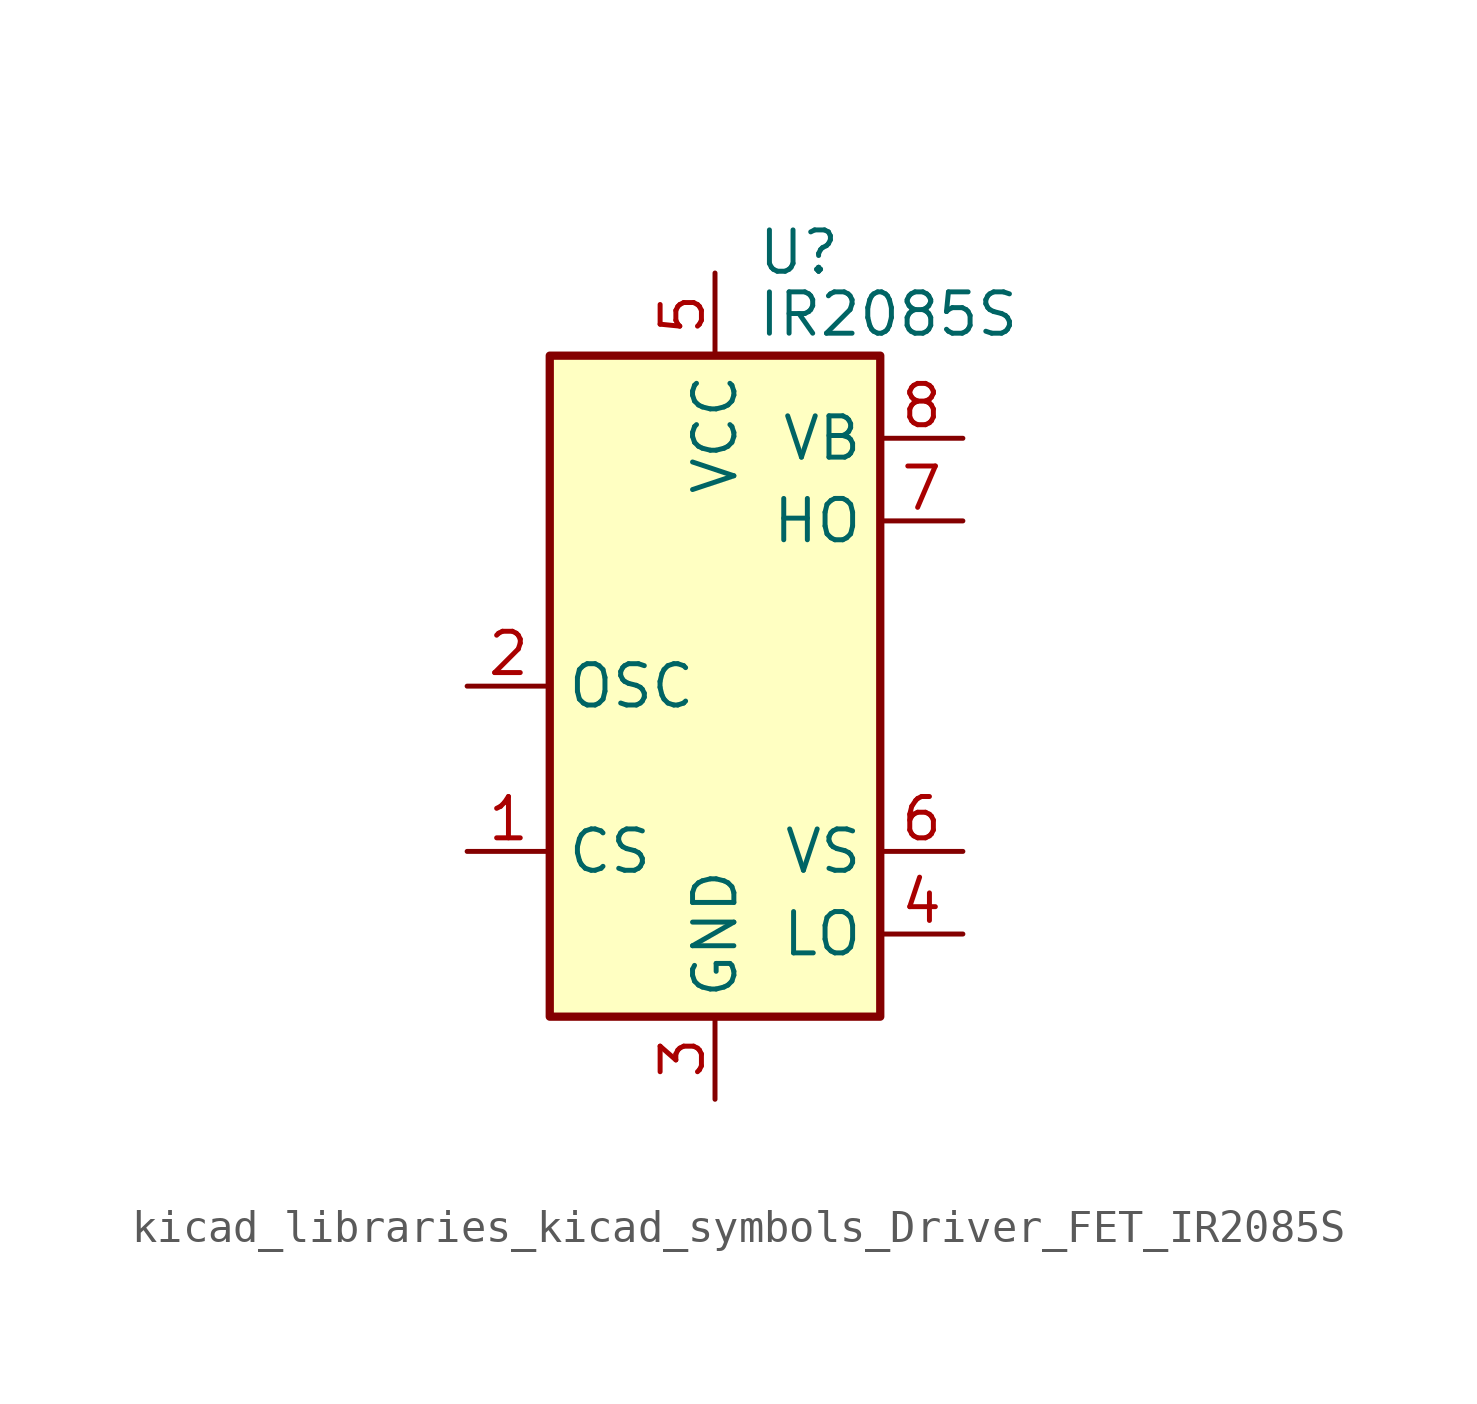
<source format=kicad_sym>
(kicad_symbol_lib
  (version 20220914)
  (generator kicad_symbol_editor)
  (symbol "kicad_libraries_kicad_symbols_Driver_FET_IR2085S"
    (property "Reference" "U"
      (at 1.27 13.335 0)
      (effects (font (size 1.27 1.27)) (justify left)))
    (property "Value" "IR2085S"
      (at 1.27 11.43 0)
      (effects (font (size 1.27 1.27)) (justify left)))
    (symbol "kicad_libraries_kicad_symbols_Driver_FET_IR2085S_0_1"
      (rectangle (start -5.08 -10.16) (end 5.08 10.16) (stroke (width 0.254) (type default)) (fill (type background))))
    (symbol "kicad_libraries_kicad_symbols_Driver_FET_IR2085S_1_1"
      (pin input line (at -7.62 -5.08 0) (length 2.54) (name "CS" (effects (font (size 1.27 1.27)))) (number "1" (effects (font (size 1.27 1.27)))))
      (pin passive line (at -7.62 0 0) (length 2.54) (name "OSC" (effects (font (size 1.27 1.27)))) (number "2" (effects (font (size 1.27 1.27)))))
      (pin power_in line (at 0 -12.7 90) (length 2.54) (name "GND" (effects (font (size 1.27 1.27)))) (number "3" (effects (font (size 1.27 1.27)))))
      (pin output line (at 7.62 -7.62 180) (length 2.54) (name "LO" (effects (font (size 1.27 1.27)))) (number "4" (effects (font (size 1.27 1.27)))))
      (pin power_in line (at 0 12.7 270) (length 2.54) (name "VCC" (effects (font (size 1.27 1.27)))) (number "5" (effects (font (size 1.27 1.27)))))
      (pin passive line (at 7.62 -5.08 180) (length 2.54) (name "VS" (effects (font (size 1.27 1.27)))) (number "6" (effects (font (size 1.27 1.27)))))
      (pin output line (at 7.62 5.08 180) (length 2.54) (name "HO" (effects (font (size 1.27 1.27)))) (number "7" (effects (font (size 1.27 1.27)))))
      (pin passive line (at 7.62 7.62 180) (length 2.54) (name "VB" (effects (font (size 1.27 1.27)))) (number "8" (effects (font (size 1.27 1.27))))))))
</source>
